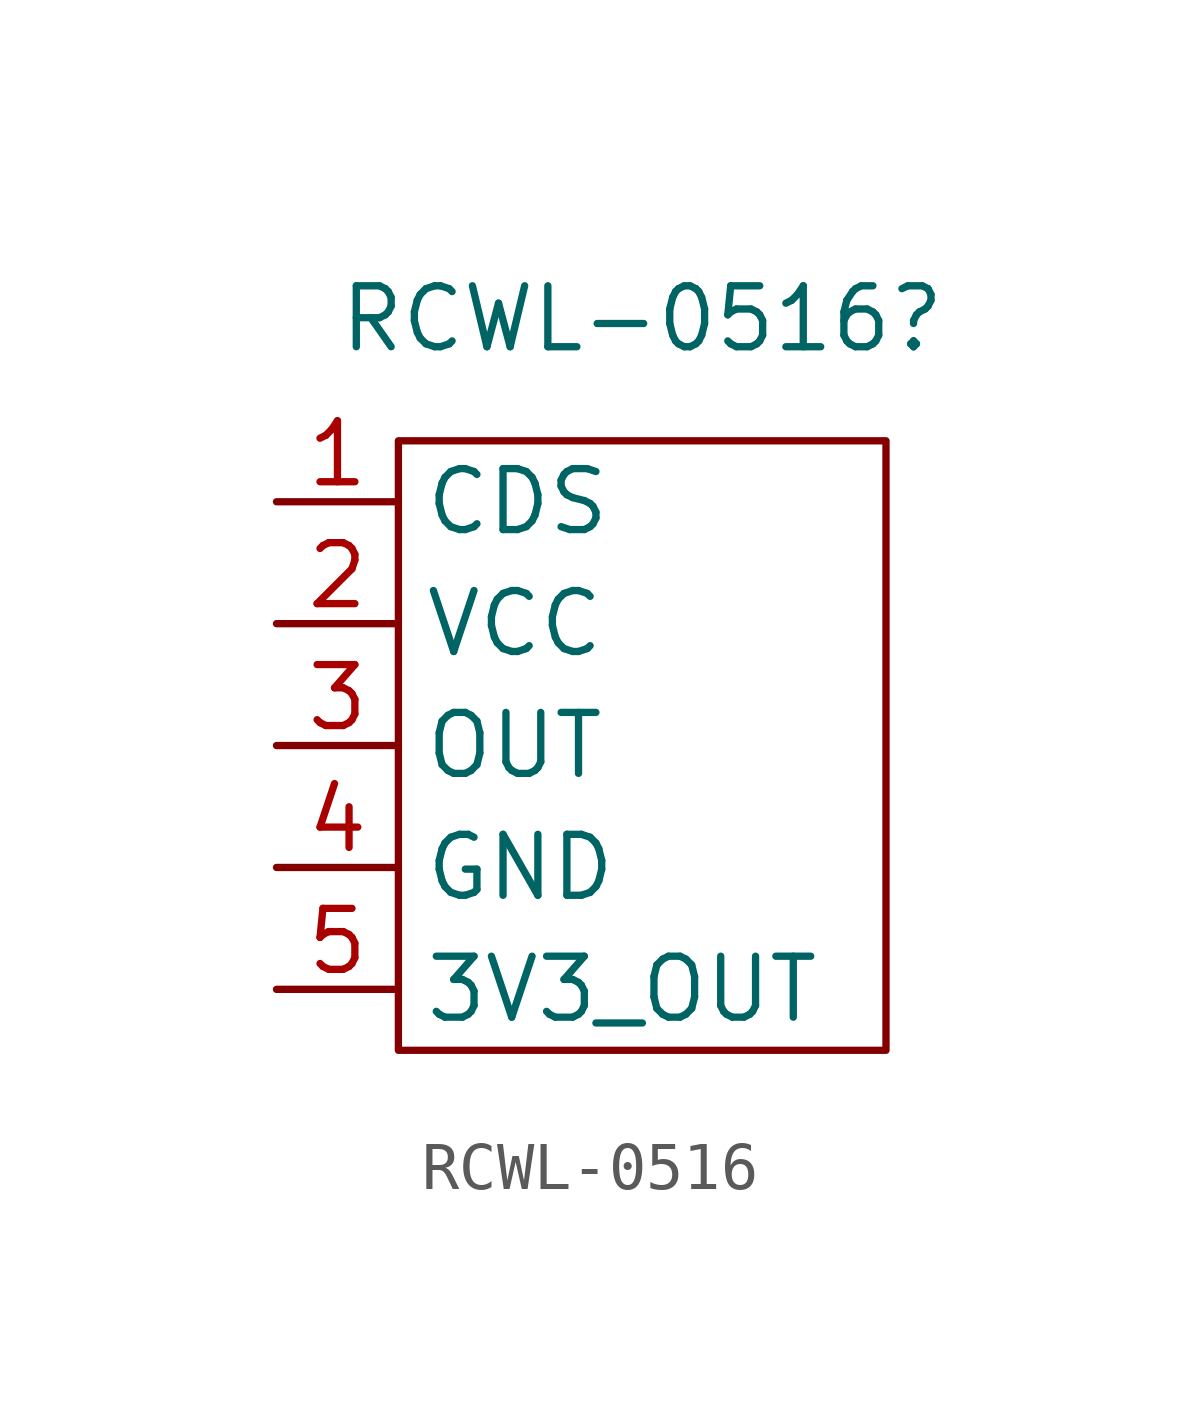
<source format=kicad_sym>
(kicad_symbol_lib
  (version 20220914)
  (generator kicad_symbol_editor)
  (symbol "RCWL-0516"
    (property "Reference" "RCWL-0516"
      (at 7.62 11.43 0)
      (effects (font (size 1.27 1.27))))
    (property "Value" ""
      (at 0 0 0)
      (effects (font (size 1.27 1.27))))
    (symbol "RCWL-0516_0_1"
      (rectangle (start 2.54 8.89) (end 12.7 -3.81) (stroke (width 0) (type default)) (fill (type none))))
    (symbol "RCWL-0516_1_1"
      (pin input line (at 0 7.62 0) (length 2.54) (name "CDS" (effects (font (size 1.27 1.27)))) (number "1" (effects (font (size 1.27 1.27)))))
      (pin power_in line (at 0 5.08 0) (length 2.54) (name "VCC" (effects (font (size 1.27 1.27)))) (number "2" (effects (font (size 1.27 1.27)))))
      (pin output line (at 0 2.54 0) (length 2.54) (name "OUT" (effects (font (size 1.27 1.27)))) (number "3" (effects (font (size 1.27 1.27)))))
      (pin power_in line (at 0 0 0) (length 2.54) (name "GND" (effects (font (size 1.27 1.27)))) (number "4" (effects (font (size 1.27 1.27)))))
      (pin power_out line (at 0 -2.54 0) (length 2.54) (name "3V3_OUT" (effects (font (size 1.27 1.27)))) (number "5" (effects (font (size 1.27 1.27))))))))
</source>
